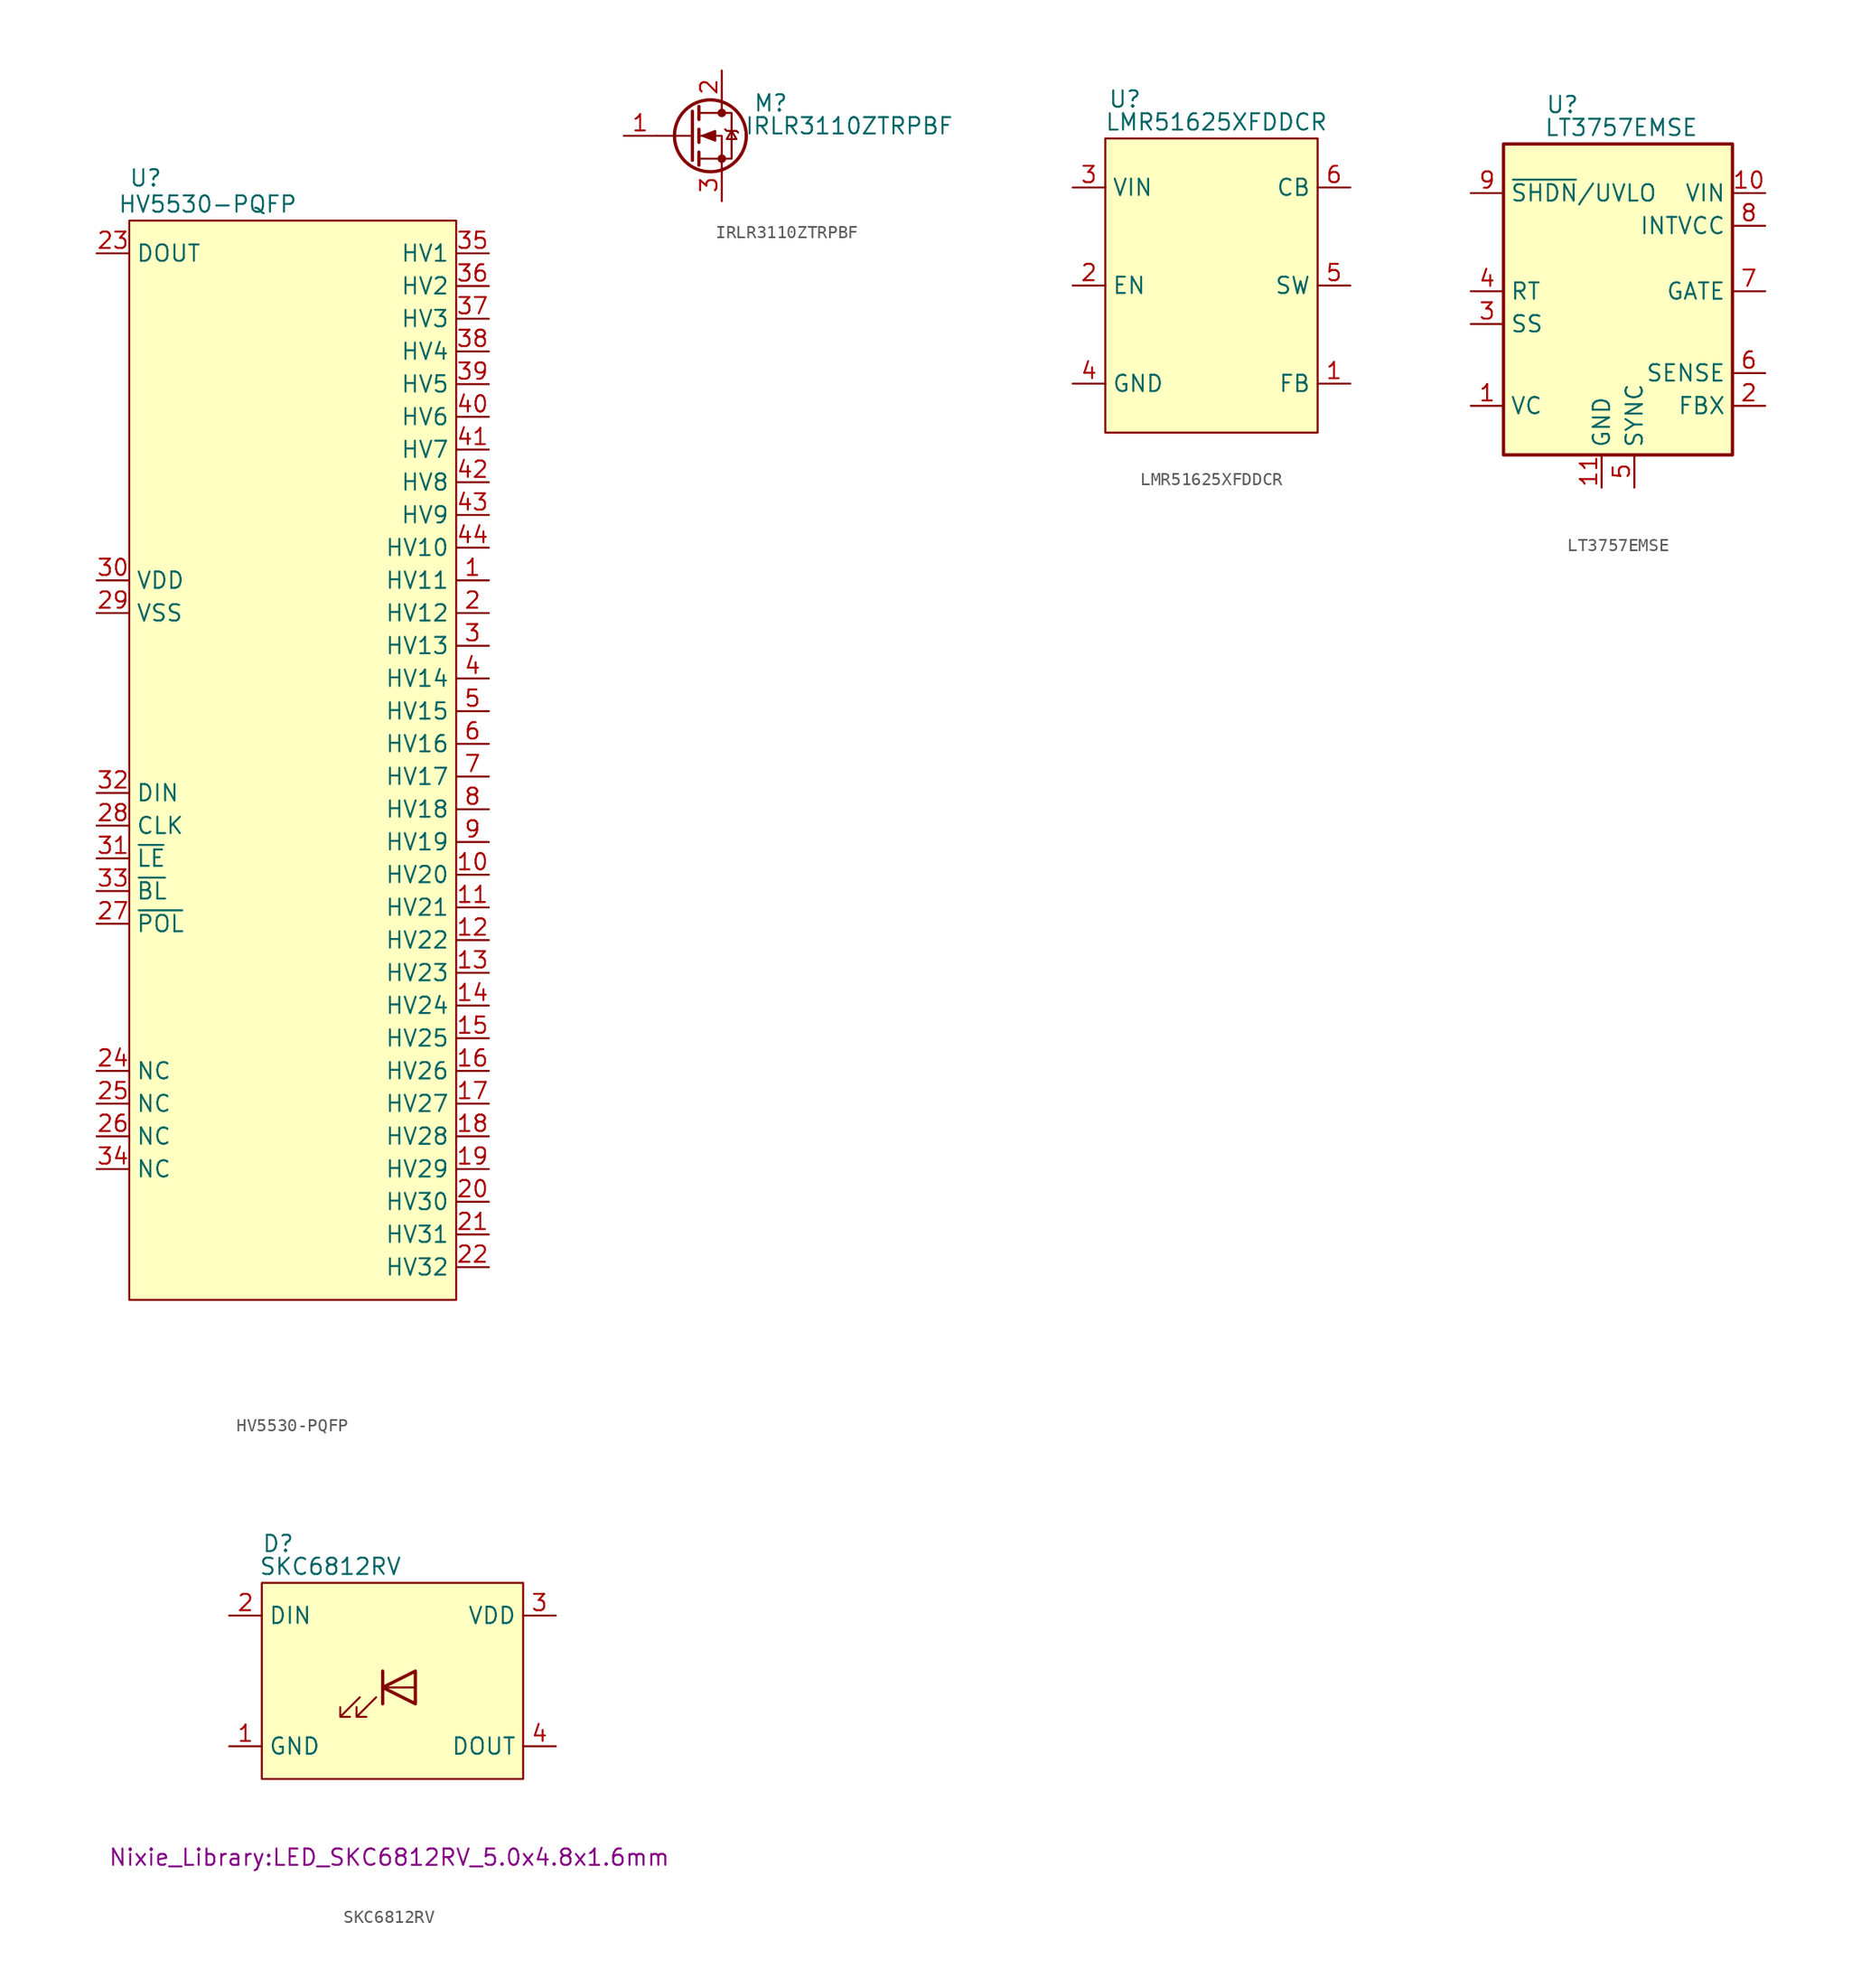
<source format=kicad_sym>
(kicad_symbol_lib
  (version 20231120)
  (generator "kicad_symbol_editor")
  (generator_version "8.0")
  (symbol "HV5530-PQFP"
    (property "Reference" "U"
      (at 1.27 3.302 0)
      (do_not_autoplace)
      (effects (font (size 1.27 1.27))))
    (property "Value" "HV5530-PQFP"
      (at 6.096 1.27 0)
      (effects (font (size 1.27 1.27))))
    (symbol "HV5530-PQFP_1_0"
      (rectangle (start 0 0) (end 25.4 -83.82) (stroke (width 0) (type default)) (fill (type background))))
    (symbol "HV5530-PQFP_1_1"
      (pin output line (at 27.94 -27.94 180) (length 2.54) (name "HV11" (effects (font (size 1.27 1.27)))) (number "1" (effects (font (size 1.27 1.27)))))
      (pin output line (at 27.94 -50.8 180) (length 2.54) (name "HV20" (effects (font (size 1.27 1.27)))) (number "10" (effects (font (size 1.27 1.27)))))
      (pin output line (at 27.94 -53.34 180) (length 2.54) (name "HV21" (effects (font (size 1.27 1.27)))) (number "11" (effects (font (size 1.27 1.27)))))
      (pin output line (at 27.94 -55.88 180) (length 2.54) (name "HV22" (effects (font (size 1.27 1.27)))) (number "12" (effects (font (size 1.27 1.27)))))
      (pin output line (at 27.94 -58.42 180) (length 2.54) (name "HV23" (effects (font (size 1.27 1.27)))) (number "13" (effects (font (size 1.27 1.27)))))
      (pin output line (at 27.94 -60.96 180) (length 2.54) (name "HV24" (effects (font (size 1.27 1.27)))) (number "14" (effects (font (size 1.27 1.27)))))
      (pin output line (at 27.94 -63.5 180) (length 2.54) (name "HV25" (effects (font (size 1.27 1.27)))) (number "15" (effects (font (size 1.27 1.27)))))
      (pin output line (at 27.94 -66.04 180) (length 2.54) (name "HV26" (effects (font (size 1.27 1.27)))) (number "16" (effects (font (size 1.27 1.27)))))
      (pin output line (at 27.94 -68.58 180) (length 2.54) (name "HV27" (effects (font (size 1.27 1.27)))) (number "17" (effects (font (size 1.27 1.27)))))
      (pin output line (at 27.94 -71.12 180) (length 2.54) (name "HV28" (effects (font (size 1.27 1.27)))) (number "18" (effects (font (size 1.27 1.27)))))
      (pin output line (at 27.94 -73.66 180) (length 2.54) (name "HV29" (effects (font (size 1.27 1.27)))) (number "19" (effects (font (size 1.27 1.27)))))
      (pin output line (at 27.94 -30.48 180) (length 2.54) (name "HV12" (effects (font (size 1.27 1.27)))) (number "2" (effects (font (size 1.27 1.27)))))
      (pin output line (at 27.94 -76.2 180) (length 2.54) (name "HV30" (effects (font (size 1.27 1.27)))) (number "20" (effects (font (size 1.27 1.27)))))
      (pin output line (at 27.94 -78.74 180) (length 2.54) (name "HV31" (effects (font (size 1.27 1.27)))) (number "21" (effects (font (size 1.27 1.27)))))
      (pin output line (at 27.94 -81.28 180) (length 2.54) (name "HV32" (effects (font (size 1.27 1.27)))) (number "22" (effects (font (size 1.27 1.27)))))
      (pin output line (at -2.54 -2.54 0) (length 2.54) (name "DOUT" (effects (font (size 1.27 1.27)))) (number "23" (effects (font (size 1.27 1.27)))))
      (pin input line (at -2.54 -66.04 0) (length 2.54) (name "NC" (effects (font (size 1.27 1.27)))) (number "24" (effects (font (size 1.27 1.27)))))
      (pin input line (at -2.54 -68.58 0) (length 2.54) (name "NC" (effects (font (size 1.27 1.27)))) (number "25" (effects (font (size 1.27 1.27)))))
      (pin input line (at -2.54 -71.12 0) (length 2.54) (name "NC" (effects (font (size 1.27 1.27)))) (number "26" (effects (font (size 1.27 1.27)))))
      (pin input line (at -2.54 -54.61 0) (length 2.54) (name "~{POL}" (effects (font (size 1.27 1.27)))) (number "27" (effects (font (size 1.27 1.27)))))
      (pin input line (at -2.54 -46.99 0) (length 2.54) (name "CLK" (effects (font (size 1.27 1.27)))) (number "28" (effects (font (size 1.27 1.27)))))
      (pin power_in line (at -2.54 -30.48 0) (length 2.54) (name "VSS" (effects (font (size 1.27 1.27)))) (number "29" (effects (font (size 1.27 1.27)))))
      (pin output line (at 27.94 -33.02 180) (length 2.54) (name "HV13" (effects (font (size 1.27 1.27)))) (number "3" (effects (font (size 1.27 1.27)))))
      (pin power_in line (at -2.54 -27.94 0) (length 2.54) (name "VDD" (effects (font (size 1.27 1.27)))) (number "30" (effects (font (size 1.27 1.27)))))
      (pin input line (at -2.54 -49.53 0) (length 2.54) (name "~{LE}" (effects (font (size 1.27 1.27)))) (number "31" (effects (font (size 1.27 1.27)))))
      (pin input line (at -2.54 -44.45 0) (length 2.54) (name "DIN" (effects (font (size 1.27 1.27)))) (number "32" (effects (font (size 1.27 1.27)))))
      (pin input line (at -2.54 -52.07 0) (length 2.54) (name "~{BL}" (effects (font (size 1.27 1.27)))) (number "33" (effects (font (size 1.27 1.27)))))
      (pin input line (at -2.54 -73.66 0) (length 2.54) (name "NC" (effects (font (size 1.27 1.27)))) (number "34" (effects (font (size 1.27 1.27)))))
      (pin output line (at 27.94 -2.54 180) (length 2.54) (name "HV1" (effects (font (size 1.27 1.27)))) (number "35" (effects (font (size 1.27 1.27)))))
      (pin output line (at 27.94 -5.08 180) (length 2.54) (name "HV2" (effects (font (size 1.27 1.27)))) (number "36" (effects (font (size 1.27 1.27)))))
      (pin output line (at 27.94 -7.62 180) (length 2.54) (name "HV3" (effects (font (size 1.27 1.27)))) (number "37" (effects (font (size 1.27 1.27)))))
      (pin output line (at 27.94 -10.16 180) (length 2.54) (name "HV4" (effects (font (size 1.27 1.27)))) (number "38" (effects (font (size 1.27 1.27)))))
      (pin output line (at 27.94 -12.7 180) (length 2.54) (name "HV5" (effects (font (size 1.27 1.27)))) (number "39" (effects (font (size 1.27 1.27)))))
      (pin output line (at 27.94 -35.56 180) (length 2.54) (name "HV14" (effects (font (size 1.27 1.27)))) (number "4" (effects (font (size 1.27 1.27)))))
      (pin output line (at 27.94 -15.24 180) (length 2.54) (name "HV6" (effects (font (size 1.27 1.27)))) (number "40" (effects (font (size 1.27 1.27)))))
      (pin output line (at 27.94 -17.78 180) (length 2.54) (name "HV7" (effects (font (size 1.27 1.27)))) (number "41" (effects (font (size 1.27 1.27)))))
      (pin output line (at 27.94 -20.32 180) (length 2.54) (name "HV8" (effects (font (size 1.27 1.27)))) (number "42" (effects (font (size 1.27 1.27)))))
      (pin output line (at 27.94 -22.86 180) (length 2.54) (name "HV9" (effects (font (size 1.27 1.27)))) (number "43" (effects (font (size 1.27 1.27)))))
      (pin output line (at 27.94 -25.4 180) (length 2.54) (name "HV10" (effects (font (size 1.27 1.27)))) (number "44" (effects (font (size 1.27 1.27)))))
      (pin output line (at 27.94 -38.1 180) (length 2.54) (name "HV15" (effects (font (size 1.27 1.27)))) (number "5" (effects (font (size 1.27 1.27)))))
      (pin output line (at 27.94 -40.64 180) (length 2.54) (name "HV16" (effects (font (size 1.27 1.27)))) (number "6" (effects (font (size 1.27 1.27)))))
      (pin output line (at 27.94 -43.18 180) (length 2.54) (name "HV17" (effects (font (size 1.27 1.27)))) (number "7" (effects (font (size 1.27 1.27)))))
      (pin output line (at 27.94 -45.72 180) (length 2.54) (name "HV18" (effects (font (size 1.27 1.27)))) (number "8" (effects (font (size 1.27 1.27)))))
      (pin output line (at 27.94 -48.26 180) (length 2.54) (name "HV19" (effects (font (size 1.27 1.27)))) (number "9" (effects (font (size 1.27 1.27)))))))
  (symbol "IRLR3110ZTRPBF"
    (property "Reference" "M"
      (at 0 0 0)
      (effects (font (size 1.27 1.27))))
    (property "Value" "IRLR3110ZTRPBF"
      (at 6.096 -1.778 0)
      (effects (font (size 1.27 1.27))))
    (symbol "IRLR3110ZTRPBF_0_1"
      (circle (center -4.699 -2.54) (radius 2.794) (stroke (width 0.254) (type default)) (fill (type none)))
      (circle (center -3.81 -4.318) (radius 0.254) (stroke (width 0) (type default)) (fill (type outline)))
      (circle (center -3.81 -0.762) (radius 0.254) (stroke (width 0) (type default)) (fill (type outline)))
      (polyline (pts (xy -6.096 -2.54) (xy -8.89 -2.54)) (stroke (width 0) (type default)) (fill (type none)))
      (polyline (pts (xy -6.096 -0.635) (xy -6.096 -4.445)) (stroke (width 0.254) (type default)) (fill (type none)))
      (polyline (pts (xy -5.588 -3.81) (xy -5.588 -4.826)) (stroke (width 0.254) (type default)) (fill (type none)))
      (polyline (pts (xy -5.588 -2.032) (xy -5.588 -3.048)) (stroke (width 0.254) (type default)) (fill (type none)))
      (polyline (pts (xy -5.588 -0.254) (xy -5.588 -1.27)) (stroke (width 0.254) (type default)) (fill (type none)))
      (polyline (pts (xy -3.81 0) (xy -3.81 -0.762)) (stroke (width 0) (type default)) (fill (type none)))
      (polyline (pts (xy -3.81 -5.08) (xy -3.81 -2.54) (xy -5.588 -2.54)) (stroke (width 0) (type default)) (fill (type none)))
      (polyline (pts (xy -5.588 -4.318) (xy -3.048 -4.318) (xy -3.048 -0.762) (xy -5.588 -0.762)) (stroke (width 0) (type default)) (fill (type none)))
      (polyline (pts (xy -5.334 -2.54) (xy -4.318 -2.159) (xy -4.318 -2.921) (xy -5.334 -2.54)) (stroke (width 0) (type default)) (fill (type outline)))
      (polyline (pts (xy -3.556 -2.032) (xy -3.429 -2.159) (xy -2.667 -2.159) (xy -2.54 -2.286)) (stroke (width 0) (type default)) (fill (type none)))
      (polyline (pts (xy -3.048 -2.159) (xy -3.429 -2.794) (xy -2.667 -2.794) (xy -3.048 -2.159)) (stroke (width 0) (type default)) (fill (type none))))
    (symbol "IRLR3110ZTRPBF_1_1"
      (pin input line (at -11.43 -2.54 0) (length 2.54) (name "" (effects (font (size 1.27 1.27)))) (number "1" (effects (font (size 1.27 1.27)))))
      (pin passive line (at -3.81 2.54 270) (length 2.54) (name "" (effects (font (size 1.27 1.27)))) (number "2" (effects (font (size 1.27 1.27)))))
      (pin passive line (at -3.81 -7.62 90) (length 2.54) (name "" (effects (font (size 1.27 1.27)))) (number "3" (effects (font (size 1.27 1.27)))))))
  (symbol "LMR51625XFDDCR"
    (property "Reference" "U"
      (at -4.826 3.048 0)
      (effects (font (size 1.27 1.27))))
    (property "Value" "LMR51625XFDDCR"
      (at 2.286 1.27 0)
      (effects (font (size 1.27 1.27))))
    (symbol "LMR51625XFDDCR_1_1"
      (rectangle (start -6.35 0) (end 10.16 -22.86) (stroke (width 0) (type default)) (fill (type background)))
      (pin input line (at 12.7 -19.05 180) (length 2.54) (name "FB" (effects (font (size 1.27 1.27)))) (number "1" (effects (font (size 1.27 1.27)))))
      (pin input line (at -8.89 -11.43 0) (length 2.54) (name "EN" (effects (font (size 1.27 1.27)))) (number "2" (effects (font (size 1.27 1.27)))))
      (pin power_in line (at -8.89 -3.81 0) (length 2.54) (name "VIN" (effects (font (size 1.27 1.27)))) (number "3" (effects (font (size 1.27 1.27)))))
      (pin power_in line (at -8.89 -19.05 0) (length 2.54) (name "GND" (effects (font (size 1.27 1.27)))) (number "4" (effects (font (size 1.27 1.27)))))
      (pin power_in line (at 12.7 -11.43 180) (length 2.54) (name "SW" (effects (font (size 1.27 1.27)))) (number "5" (effects (font (size 1.27 1.27)))))
      (pin power_in line (at 12.7 -3.81 180) (length 2.54) (name "CB" (effects (font (size 1.27 1.27)))) (number "6" (effects (font (size 1.27 1.27)))))))
  (symbol "LT3757EMSE"
    (property "Reference" "U"
      (at -3.048 -3.302 0)
      (do_not_autoplace)
      (effects (font (size 1.27 1.27))))
    (property "Value" "LT3757EMSE"
      (at 1.524 -5.08 0)
      (do_not_autoplace)
      (effects (font (size 1.27 1.27))))
    (symbol "LT3757EMSE_0_1"
      (rectangle (start -7.62 -6.35) (end 10.16 -30.48) (stroke (width 0.254) (type default)) (fill (type background))))
    (symbol "LT3757EMSE_1_1"
      (pin input line (at -10.16 -26.67 0) (length 2.54) (name "VC" (effects (font (size 1.27 1.27)))) (number "1" (effects (font (size 1.27 1.27)))))
      (pin power_in line (at 12.7 -10.16 180) (length 2.54) (name "VIN" (effects (font (size 1.27 1.27)))) (number "10" (effects (font (size 1.27 1.27)))))
      (pin power_in line (at 0 -33.02 90) (length 2.54) (name "GND" (effects (font (size 1.27 1.27)))) (number "11" (effects (font (size 1.27 1.27)))))
      (pin input line (at 12.7 -26.67 180) (length 2.54) (name "FBX" (effects (font (size 1.27 1.27)))) (number "2" (effects (font (size 1.27 1.27)))))
      (pin input line (at -10.16 -20.32 0) (length 2.54) (name "SS" (effects (font (size 1.27 1.27)))) (number "3" (effects (font (size 1.27 1.27)))))
      (pin input line (at -10.16 -17.78 0) (length 2.54) (name "RT" (effects (font (size 1.27 1.27)))) (number "4" (effects (font (size 1.27 1.27)))))
      (pin input line (at 2.54 -33.02 90) (length 2.54) (name "SYNC" (effects (font (size 1.27 1.27)))) (number "5" (effects (font (size 1.27 1.27)))))
      (pin input line (at 12.7 -24.13 180) (length 2.54) (name "SENSE" (effects (font (size 1.27 1.27)))) (number "6" (effects (font (size 1.27 1.27)))))
      (pin output line (at 12.7 -17.78 180) (length 2.54) (name "GATE" (effects (font (size 1.27 1.27)))) (number "7" (effects (font (size 1.27 1.27)))))
      (pin power_in line (at 12.7 -12.7 180) (length 2.54) (name "INTVCC" (effects (font (size 1.27 1.27)))) (number "8" (effects (font (size 1.27 1.27)))))
      (pin input line (at -10.16 -10.16 0) (length 2.54) (name "~{SHDN}/UVLO" (effects (font (size 1.27 1.27)))) (number "9" (effects (font (size 1.27 1.27)))))))
  (symbol "SKC6812RV"
    (property "Reference" "D"
      (at 3.81 0.508 0)
      (effects (font (size 1.27 1.27))))
    (property "Value" "SKC6812RV"
      (at 7.874 -1.27 0)
      (effects (font (size 1.27 1.27))))
    (property "Footprint" "Nixie_Library:LED_SKC6812RV_5.0x4.8x1.6mm"
      (at 12.446 -23.876 0)
      (effects (font (size 1.27 1.27))))
    (symbol "SKC6812RV_0_1"
      (polyline (pts (xy 11.938 -11.938) (xy 11.938 -9.398)) (stroke (width 0.254) (type default)) (fill (type none)))
      (polyline (pts (xy 11.938 -10.668) (xy 14.478 -10.668)) (stroke (width 0) (type default)) (fill (type none)))
      (polyline (pts (xy 14.478 -11.938) (xy 14.478 -9.398) (xy 11.938 -10.668) (xy 14.478 -11.938)) (stroke (width 0.254) (type default)) (fill (type none)))
      (polyline (pts (xy 10.16 -11.43) (xy 8.636 -12.954) (xy 9.398 -12.954) (xy 8.636 -12.954) (xy 8.636 -12.192)) (stroke (width 0) (type default)) (fill (type none)))
      (polyline (pts (xy 11.43 -11.43) (xy 9.906 -12.954) (xy 10.668 -12.954) (xy 9.906 -12.954) (xy 9.906 -12.192)) (stroke (width 0) (type default)) (fill (type none))))
    (symbol "SKC6812RV_1_1"
      (rectangle (start 2.54 -2.54) (end 22.86 -17.78) (stroke (width 0) (type default)) (fill (type background)))
      (pin power_in line (at 0 -15.24 0) (length 2.54) (name "GND" (effects (font (size 1.27 1.27)))) (number "1" (effects (font (size 1.27 1.27)))))
      (pin input line (at 0 -5.08 0) (length 2.54) (name "DIN" (effects (font (size 1.27 1.27)))) (number "2" (effects (font (size 1.27 1.27)))))
      (pin power_in line (at 25.4 -5.08 180) (length 2.54) (name "VDD" (effects (font (size 1.27 1.27)))) (number "3" (effects (font (size 1.27 1.27)))))
      (pin output line (at 25.4 -15.24 180) (length 2.54) (name "DOUT" (effects (font (size 1.27 1.27)))) (number "4" (effects (font (size 1.27 1.27))))))))
</source>
